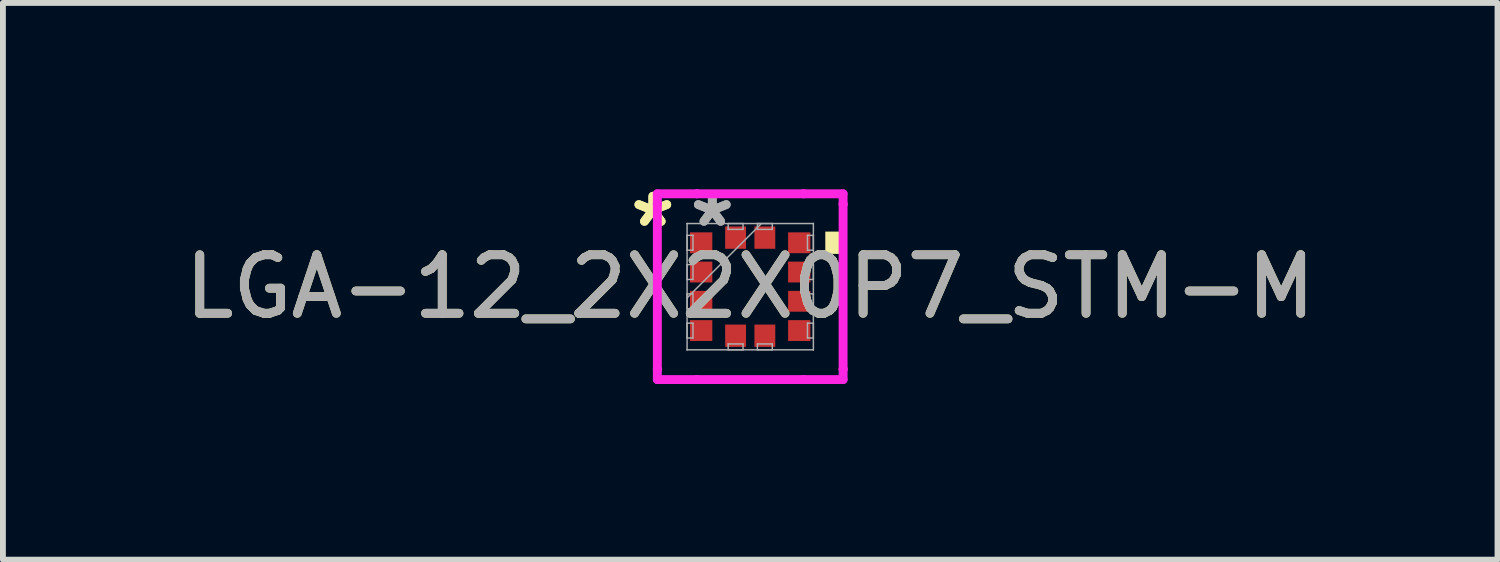
<source format=kicad_pcb>
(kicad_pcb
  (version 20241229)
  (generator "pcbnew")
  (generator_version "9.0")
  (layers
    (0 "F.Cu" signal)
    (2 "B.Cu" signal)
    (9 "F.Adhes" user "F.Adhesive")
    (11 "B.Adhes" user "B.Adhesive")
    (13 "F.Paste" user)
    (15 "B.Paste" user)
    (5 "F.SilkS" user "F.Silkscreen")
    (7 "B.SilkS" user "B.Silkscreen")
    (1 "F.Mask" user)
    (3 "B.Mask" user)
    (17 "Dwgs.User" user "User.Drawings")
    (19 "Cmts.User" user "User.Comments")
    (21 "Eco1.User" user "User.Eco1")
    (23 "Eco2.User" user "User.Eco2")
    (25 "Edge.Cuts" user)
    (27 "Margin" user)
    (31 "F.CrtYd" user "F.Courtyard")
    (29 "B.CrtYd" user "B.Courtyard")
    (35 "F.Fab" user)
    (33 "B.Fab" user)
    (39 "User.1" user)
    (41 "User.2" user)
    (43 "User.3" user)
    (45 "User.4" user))
  (footprint "LGA-12_2X2X0P7_STM-M"
    (layer "F.Cu")
    (at 9.768 1.848)
    (property "Reference" "LGA-12_2X2X0P7_STM-M" (at 0 0 0) (unlocked yes) (layer "F.SilkS") (effects (font (size 1 1) (thickness 0.15))))
    (attr smd)
    (fp_poly (pts (xy 1.537 -0.941) (xy 1.537 -0.56) (xy 1.283 -0.56) (xy 1.283 -0.941)) (stroke (width 0) (type solid)) (fill yes) (layer "F.SilkS"))
    (fp_line (start -1.587 -1.587) (end -0.91 -1.587) (stroke (width 0.152) (type solid)) (layer "F.CrtYd"))
    (fp_line (start -1.587 -1.41) (end -1.587 -1.587) (stroke (width 0.152) (type solid)) (layer "F.CrtYd"))
    (fp_line (start -1.587 -1.41) (end -1.587 -1.41) (stroke (width 0.152) (type solid)) (layer "F.CrtYd"))
    (fp_line (start -1.587 1.41) (end -1.587 -1.41) (stroke (width 0.152) (type solid)) (layer "F.CrtYd"))
    (fp_line (start -1.587 1.41) (end -1.587 1.41) (stroke (width 0.152) (type solid)) (layer "F.CrtYd"))
    (fp_line (start -1.587 1.587) (end -1.587 1.41) (stroke (width 0.152) (type solid)) (layer "F.CrtYd"))
    (fp_line (start -0.91 -1.587) (end -0.91 -1.587) (stroke (width 0.152) (type solid)) (layer "F.CrtYd"))
    (fp_line (start -0.91 -1.587) (end 0.91 -1.587) (stroke (width 0.152) (type solid)) (layer "F.CrtYd"))
    (fp_line (start -0.91 1.587) (end -1.587 1.587) (stroke (width 0.152) (type solid)) (layer "F.CrtYd"))
    (fp_line (start -0.91 1.587) (end -0.91 1.587) (stroke (width 0.152) (type solid)) (layer "F.CrtYd"))
    (fp_line (start 0.91 -1.587) (end 0.91 -1.587) (stroke (width 0.152) (type solid)) (layer "F.CrtYd"))
    (fp_line (start 0.91 -1.587) (end 1.587 -1.587) (stroke (width 0.152) (type solid)) (layer "F.CrtYd"))
    (fp_line (start 0.91 1.587) (end -0.91 1.587) (stroke (width 0.152) (type solid)) (layer "F.CrtYd"))
    (fp_line (start 0.91 1.587) (end 0.91 1.587) (stroke (width 0.152) (type solid)) (layer "F.CrtYd"))
    (fp_line (start 1.587 -1.587) (end 1.587 -1.41) (stroke (width 0.152) (type solid)) (layer "F.CrtYd"))
    (fp_line (start 1.587 -1.41) (end 1.587 -1.41) (stroke (width 0.152) (type solid)) (layer "F.CrtYd"))
    (fp_line (start 1.587 -1.41) (end 1.587 1.41) (stroke (width 0.152) (type solid)) (layer "F.CrtYd"))
    (fp_line (start 1.587 1.41) (end 1.587 1.41) (stroke (width 0.152) (type solid)) (layer "F.CrtYd"))
    (fp_line (start 1.587 1.41) (end 1.587 1.587) (stroke (width 0.152) (type solid)) (layer "F.CrtYd"))
    (fp_line (start 1.587 1.587) (end 0.91 1.587) (stroke (width 0.152) (type solid)) (layer "F.CrtYd"))
    (fp_line (start -1.079 -1.079) (end -1.079 -1.079) (stroke (width 0.025) (type solid)) (layer "F.Fab"))
    (fp_line (start -1.079 -1.079) (end -1.079 1.079) (stroke (width 0.025) (type solid)) (layer "F.Fab"))
    (fp_line (start -1.079 -0.877) (end -0.978 -0.877) (stroke (width 0.025) (type solid)) (layer "F.Fab"))
    (fp_line (start -1.079 -0.623) (end -1.079 -0.877) (stroke (width 0.025) (type solid)) (layer "F.Fab"))
    (fp_line (start -1.079 -0.377) (end -0.978 -0.377) (stroke (width 0.025) (type solid)) (layer "F.Fab"))
    (fp_line (start -1.079 -0.123) (end -1.079 -0.377) (stroke (width 0.025) (type solid)) (layer "F.Fab"))
    (fp_line (start -1.079 0.123) (end -0.978 0.123) (stroke (width 0.025) (type solid)) (layer "F.Fab"))
    (fp_line (start -1.079 0.191) (end 0.191 -1.079) (stroke (width 0.025) (type solid)) (layer "F.Fab"))
    (fp_line (start -1.079 0.377) (end -1.079 0.123) (stroke (width 0.025) (type solid)) (layer "F.Fab"))
    (fp_line (start -1.079 0.623) (end -0.978 0.623) (stroke (width 0.025) (type solid)) (layer "F.Fab"))
    (fp_line (start -1.079 0.877) (end -1.079 0.623) (stroke (width 0.025) (type solid)) (layer "F.Fab"))
    (fp_line (start -1.079 1.079) (end -1.079 1.079) (stroke (width 0.025) (type solid)) (layer "F.Fab"))
    (fp_line (start -1.079 1.079) (end 1.079 1.079) (stroke (width 0.025) (type solid)) (layer "F.Fab"))
    (fp_line (start -0.978 -0.877) (end -0.978 -0.623) (stroke (width 0.025) (type solid)) (layer "F.Fab"))
    (fp_line (start -0.978 -0.623) (end -1.079 -0.623) (stroke (width 0.025) (type solid)) (layer "F.Fab"))
    (fp_line (start -0.978 -0.377) (end -0.978 -0.123) (stroke (width 0.025) (type solid)) (layer "F.Fab"))
    (fp_line (start -0.978 -0.123) (end -1.079 -0.123) (stroke (width 0.025) (type solid)) (layer "F.Fab"))
    (fp_line (start -0.978 0.123) (end -0.978 0.377) (stroke (width 0.025) (type solid)) (layer "F.Fab"))
    (fp_line (start -0.978 0.377) (end -1.079 0.377) (stroke (width 0.025) (type solid)) (layer "F.Fab"))
    (fp_line (start -0.978 0.623) (end -0.978 0.877) (stroke (width 0.025) (type solid)) (layer "F.Fab"))
    (fp_line (start -0.978 0.877) (end -1.079 0.877) (stroke (width 0.025) (type solid)) (layer "F.Fab"))
    (fp_line (start -0.377 -1.079) (end -0.123 -1.079) (stroke (width 0.025) (type solid)) (layer "F.Fab"))
    (fp_line (start -0.377 -0.978) (end -0.377 -1.079) (stroke (width 0.025) (type solid)) (layer "F.Fab"))
    (fp_line (start -0.377 0.978) (end -0.123 0.978) (stroke (width 0.025) (type solid)) (layer "F.Fab"))
    (fp_line (start -0.377 1.079) (end -0.377 0.978) (stroke (width 0.025) (type solid)) (layer "F.Fab"))
    (fp_line (start -0.123 -1.079) (end -0.123 -0.978) (stroke (width 0.025) (type solid)) (layer "F.Fab"))
    (fp_line (start -0.123 -0.978) (end -0.377 -0.978) (stroke (width 0.025) (type solid)) (layer "F.Fab"))
    (fp_line (start -0.123 0.978) (end -0.123 1.079) (stroke (width 0.025) (type solid)) (layer "F.Fab"))
    (fp_line (start -0.123 1.079) (end -0.377 1.079) (stroke (width 0.025) (type solid)) (layer "F.Fab"))
    (fp_line (start 0.123 -1.079) (end 0.377 -1.079) (stroke (width 0.025) (type solid)) (layer "F.Fab"))
    (fp_line (start 0.123 -0.978) (end 0.123 -1.079) (stroke (width 0.025) (type solid)) (layer "F.Fab"))
    (fp_line (start 0.123 0.978) (end 0.377 0.978) (stroke (width 0.025) (type solid)) (layer "F.Fab"))
    (fp_line (start 0.123 1.079) (end 0.123 0.978) (stroke (width 0.025) (type solid)) (layer "F.Fab"))
    (fp_line (start 0.377 -1.079) (end 0.377 -0.978) (stroke (width 0.025) (type solid)) (layer "F.Fab"))
    (fp_line (start 0.377 -0.978) (end 0.123 -0.978) (stroke (width 0.025) (type solid)) (layer "F.Fab"))
    (fp_line (start 0.377 0.978) (end 0.377 1.079) (stroke (width 0.025) (type solid)) (layer "F.Fab"))
    (fp_line (start 0.377 1.079) (end 0.123 1.079) (stroke (width 0.025) (type solid)) (layer "F.Fab"))
    (fp_line (start 0.978 -0.877) (end 1.079 -0.877) (stroke (width 0.025) (type solid)) (layer "F.Fab"))
    (fp_line (start 0.978 -0.623) (end 0.978 -0.877) (stroke (width 0.025) (type solid)) (layer "F.Fab"))
    (fp_line (start 0.978 -0.377) (end 1.079 -0.377) (stroke (width 0.025) (type solid)) (layer "F.Fab"))
    (fp_line (start 0.978 -0.123) (end 0.978 -0.377) (stroke (width 0.025) (type solid)) (layer "F.Fab"))
    (fp_line (start 0.978 0.123) (end 1.079 0.123) (stroke (width 0.025) (type solid)) (layer "F.Fab"))
    (fp_line (start 0.978 0.377) (end 0.978 0.123) (stroke (width 0.025) (type solid)) (layer "F.Fab"))
    (fp_line (start 0.978 0.623) (end 1.079 0.623) (stroke (width 0.025) (type solid)) (layer "F.Fab"))
    (fp_line (start 0.978 0.877) (end 0.978 0.623) (stroke (width 0.025) (type solid)) (layer "F.Fab"))
    (fp_line (start 1.079 -1.079) (end -1.079 -1.079) (stroke (width 0.025) (type solid)) (layer "F.Fab"))
    (fp_line (start 1.079 -1.079) (end 1.079 -1.079) (stroke (width 0.025) (type solid)) (layer "F.Fab"))
    (fp_line (start 1.079 -0.877) (end 1.079 -0.623) (stroke (width 0.025) (type solid)) (layer "F.Fab"))
    (fp_line (start 1.079 -0.623) (end 0.978 -0.623) (stroke (width 0.025) (type solid)) (layer "F.Fab"))
    (fp_line (start 1.079 -0.377) (end 1.079 -0.123) (stroke (width 0.025) (type solid)) (layer "F.Fab"))
    (fp_line (start 1.079 -0.123) (end 0.978 -0.123) (stroke (width 0.025) (type solid)) (layer "F.Fab"))
    (fp_line (start 1.079 0.123) (end 1.079 0.377) (stroke (width 0.025) (type solid)) (layer "F.Fab"))
    (fp_line (start 1.079 0.377) (end 0.978 0.377) (stroke (width 0.025) (type solid)) (layer "F.Fab"))
    (fp_line (start 1.079 0.623) (end 1.079 0.877) (stroke (width 0.025) (type solid)) (layer "F.Fab"))
    (fp_line (start 1.079 0.877) (end 0.978 0.877) (stroke (width 0.025) (type solid)) (layer "F.Fab"))
    (fp_line (start 1.079 1.079) (end 1.079 -1.079) (stroke (width 0.025) (type solid)) (layer "F.Fab"))
    (fp_line (start 1.079 1.079) (end 1.079 1.079) (stroke (width 0.025) (type solid)) (layer "F.Fab"))
    (fp_text user "*" (at -1.664 -1 0) (unlocked yes) (layer "F.SilkS") (effects (font (size 1 1) (thickness 0.15))))
    (fp_text user "*" (at -1.664 -1 0) (layer "F.SilkS") (effects (font (size 1 1) (thickness 0.15))))
    (fp_text user "*" (at -0.648 -1 0) (layer "F.Fab") (effects (font (size 1 1) (thickness 0.15))))
    (fp_text user "${REFERENCE}" (at 0 0 0) (unlocked yes) (layer "F.Fab") (effects (font (size 1 1) (thickness 0.15))))
    (fp_text user "*" (at -0.648 -1 0) (unlocked yes) (layer "F.Fab") (effects (font (size 1 1) (thickness 0.15))))
    (pad "1" smd rect (at -0.838 -0.75 90) (size 0.356 0.381) (layers "F.Cu" "F.Mask" "F.Paste"))
    (pad "2" smd rect (at -0.838 -0.25 90) (size 0.356 0.381) (layers "F.Cu" "F.Mask" "F.Paste"))
    (pad "3" smd rect (at -0.838 0.25 90) (size 0.356 0.381) (layers "F.Cu" "F.Mask" "F.Paste"))
    (pad "4" smd rect (at -0.838 0.75 90) (size 0.356 0.381) (layers "F.Cu" "F.Mask" "F.Paste"))
    (pad "5" smd rect (at -0.25 0.838) (size 0.356 0.381) (layers "F.Cu" "F.Mask" "F.Paste"))
    (pad "6" smd rect (at 0.25 0.838) (size 0.356 0.381) (layers "F.Cu" "F.Mask" "F.Paste"))
    (pad "7" smd rect (at 0.838 0.75 90) (size 0.356 0.381) (layers "F.Cu" "F.Mask" "F.Paste"))
    (pad "8" smd rect (at 0.838 0.25 90) (size 0.356 0.381) (layers "F.Cu" "F.Mask" "F.Paste"))
    (pad "9" smd rect (at 0.838 -0.25 90) (size 0.356 0.381) (layers "F.Cu" "F.Mask" "F.Paste"))
    (pad "10" smd rect (at 0.838 -0.75 90) (size 0.356 0.381) (layers "F.Cu" "F.Mask" "F.Paste"))
    (pad "11" smd rect (at 0.25 -0.838) (size 0.356 0.381) (layers "F.Cu" "F.Mask" "F.Paste"))
    (pad "12" smd rect (at -0.25 -0.838) (size 0.356 0.381) (layers "F.Cu" "F.Mask" "F.Paste")))
  (gr_rect
    (start -3 -3)
    (end 22.536 6.512)
    (stroke (width 0.1) (type default))
    (fill no)
    (layer "Edge.Cuts")))
</source>
